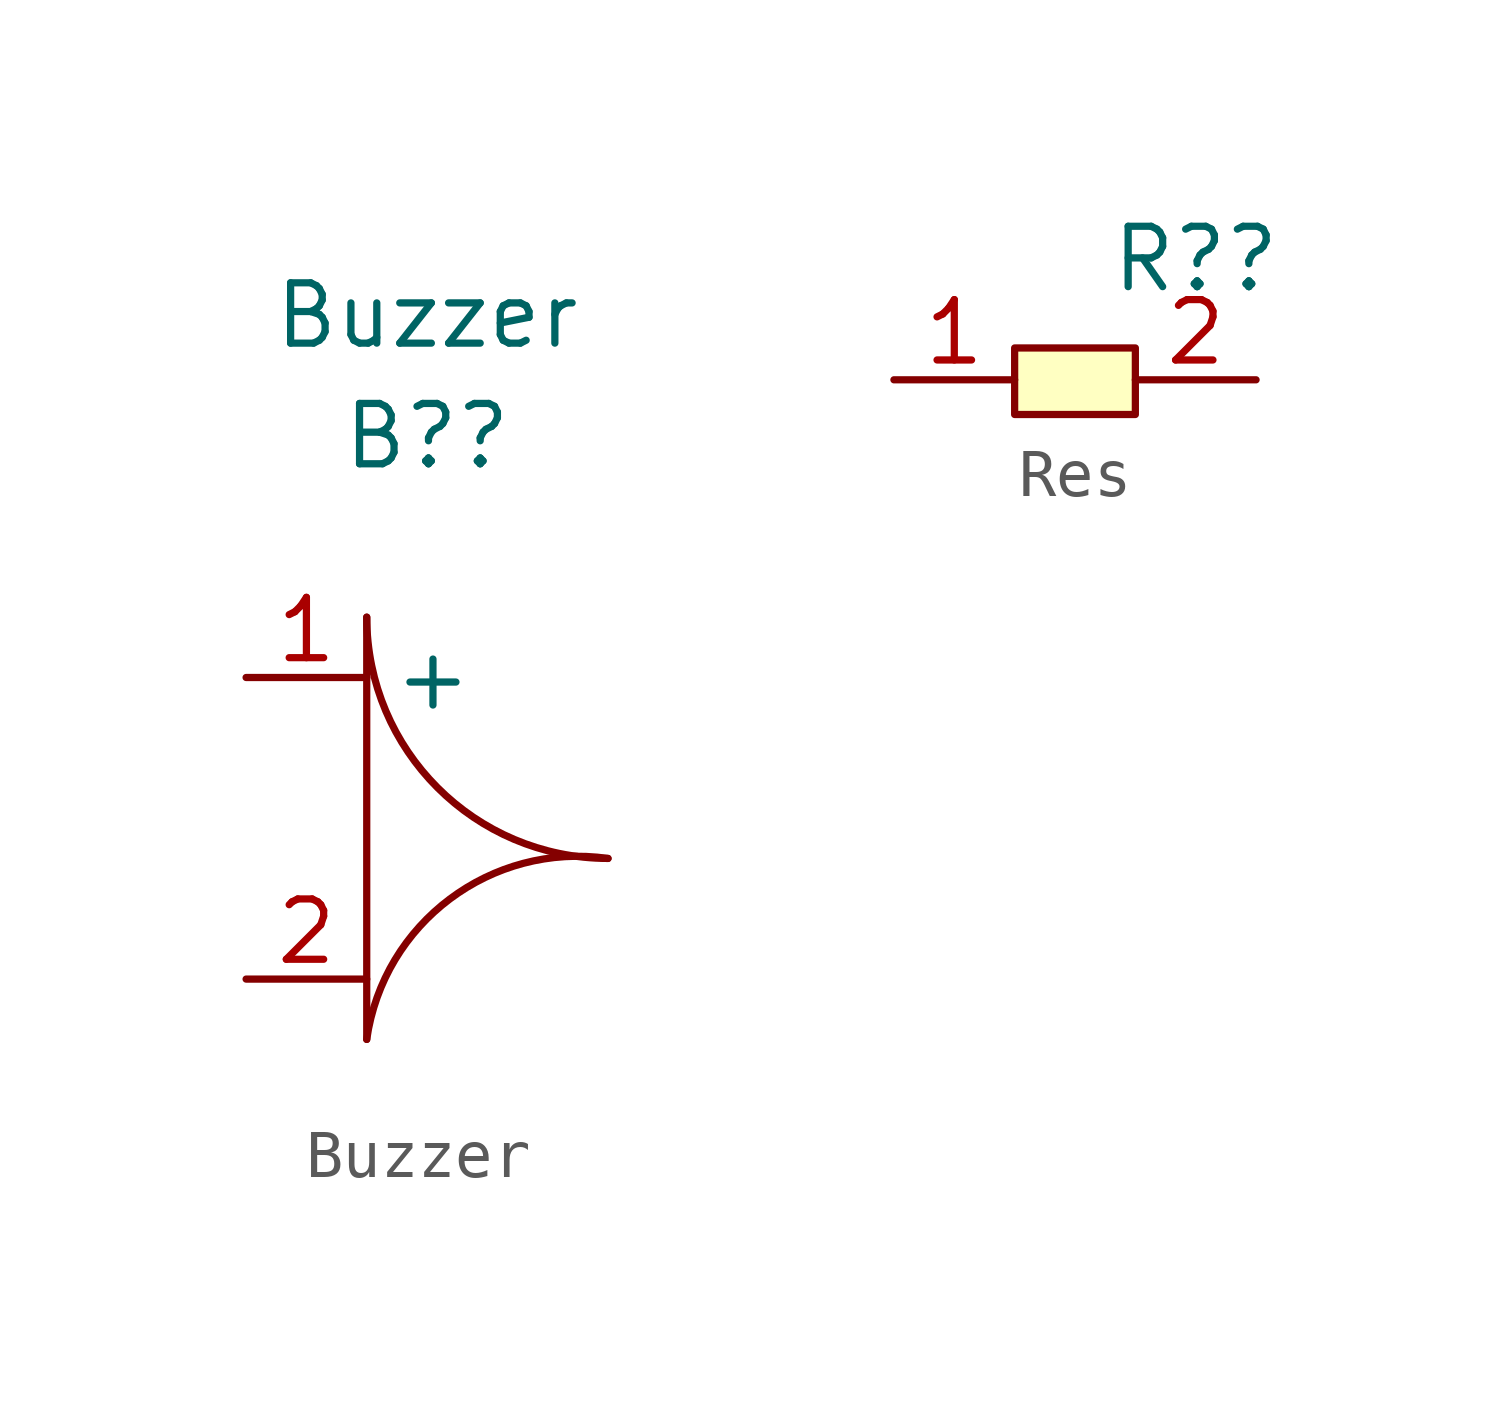
<source format=kicad_sym>
(kicad_symbol_lib
  (version 20211014)
  (generator kicad_symbol_editor)
  (symbol "Buzzer"
    (property "Reference" "B?"
      (at 0 5.08 0)
      (effects (font (size 1.27 1.27))))
    (property "Value" "Buzzer"
      (at 0 7.62 0)
      (effects (font (size 1.27 1.27))))
    (symbol "Buzzer_0_1"
      (arc (start -1.27 1.27) (mid -4.8776 -7.4176) (end 3.81 -3.81) (stroke (width 0) (type default) (color 0 0 0 0)) (fill (type none)))
      (polyline (pts (xy -1.27 1.27) (xy -1.27 -7.62)) (stroke (width 0) (type default) (color 0 0 0 0)) (fill (type none)))
      (arc (start 3.81 -3.81) (mid -3.3291 0.4171) (end -1.27 -7.62) (stroke (width 0) (type default) (color 0 0 0 0)) (fill (type none))))
    (symbol "Buzzer_1_1"
      (pin input line (at -3.81 0 0) (length 2.54) (name "+" (effects (font (size 1.27 1.27)))) (number "1" (effects (font (size 1.27 1.27)))))
      (pin input line (at -3.81 -6.35 0) (length 2.54) (name "" (effects (font (size 1.27 1.27)))) (number "2" (effects (font (size 1.27 1.27)))))))
  (symbol "Res"
    (property "Reference" "R?"
      (at 0 1.27 0)
      (effects (font (size 1.27 1.27))))
    (symbol "Res_0_1"
      (rectangle (start -3.81 -0.6) (end -1.27 -2) (stroke (width 0) (type default) (color 0 0 0 0)) (fill (type background))))
    (symbol "Res_1_1"
      (pin input line (at -6.35 -1.27 0) (length 2.54) (name "" (effects (font (size 1.27 1.27)))) (number "1" (effects (font (size 1.27 1.27)))))
      (pin input line (at 1.27 -1.27 180) (length 2.54) (name "" (effects (font (size 1.27 1.27)))) (number "2" (effects (font (size 1.27 1.27))))))))
</source>
